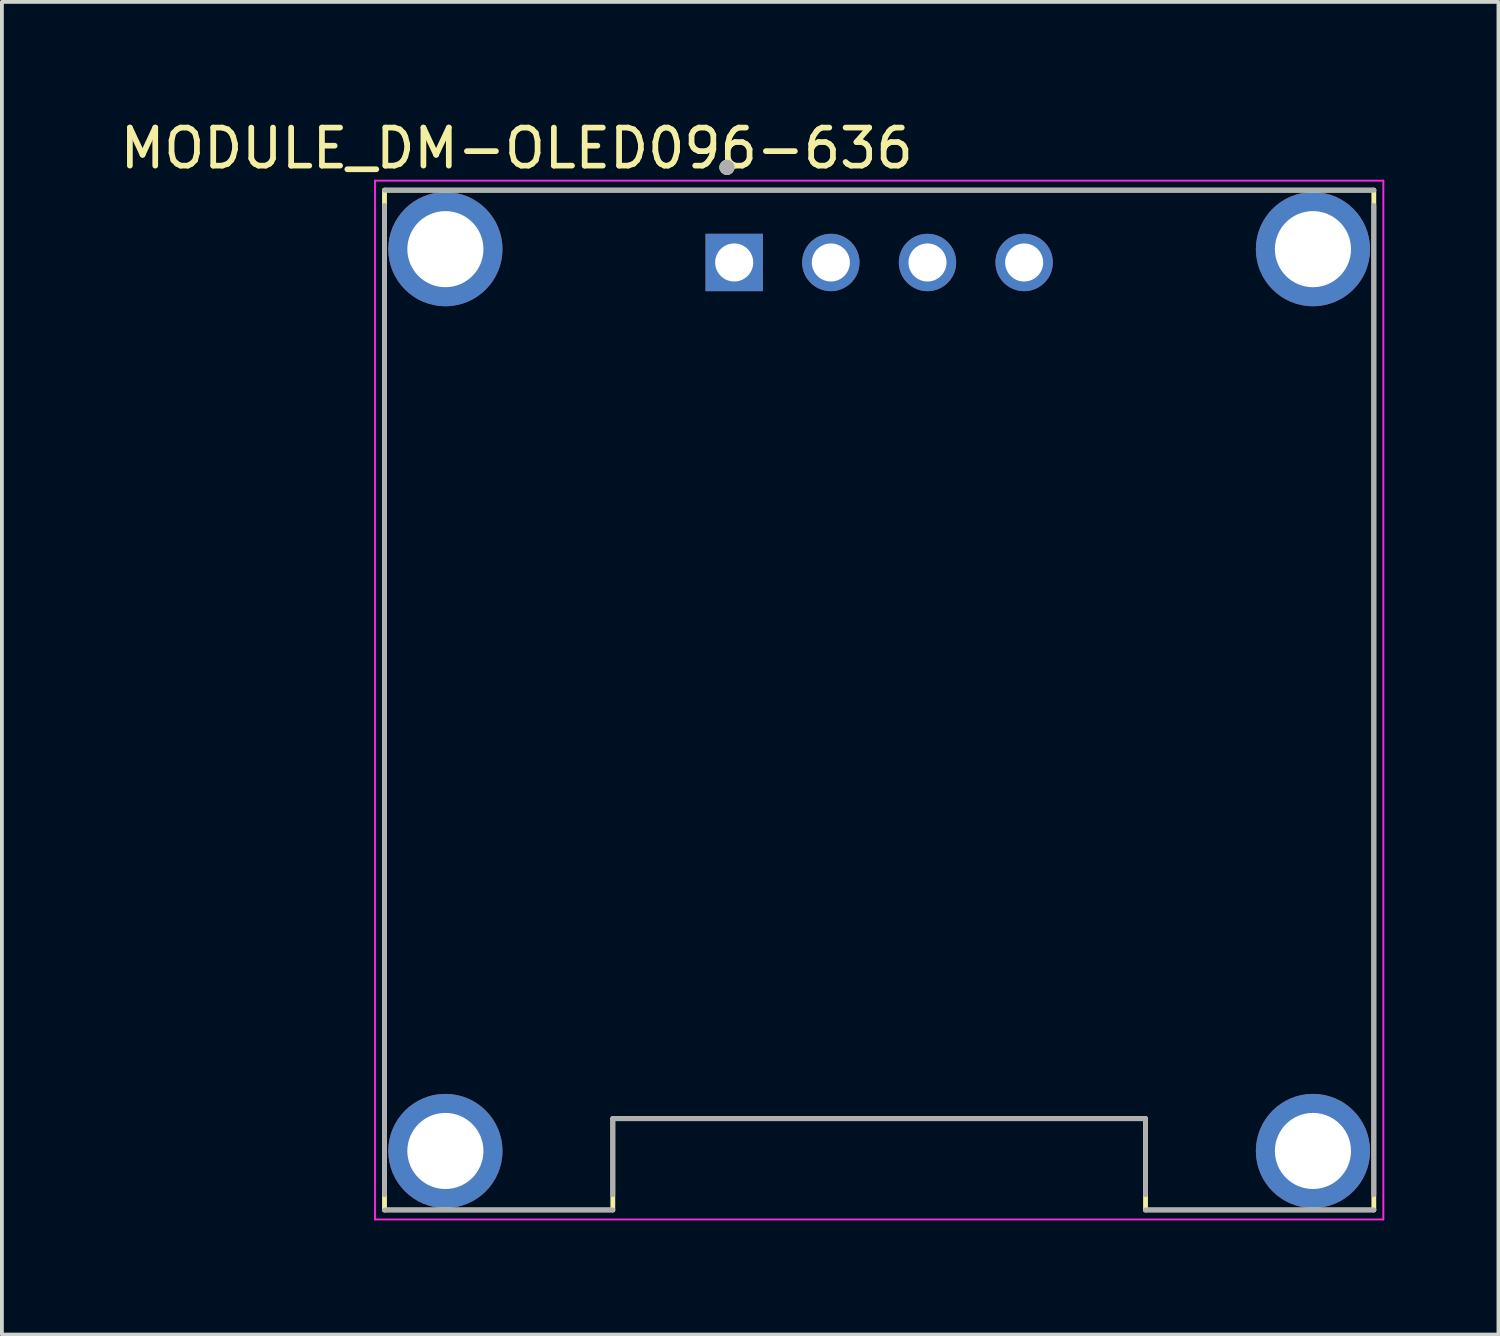
<source format=kicad_pcb>
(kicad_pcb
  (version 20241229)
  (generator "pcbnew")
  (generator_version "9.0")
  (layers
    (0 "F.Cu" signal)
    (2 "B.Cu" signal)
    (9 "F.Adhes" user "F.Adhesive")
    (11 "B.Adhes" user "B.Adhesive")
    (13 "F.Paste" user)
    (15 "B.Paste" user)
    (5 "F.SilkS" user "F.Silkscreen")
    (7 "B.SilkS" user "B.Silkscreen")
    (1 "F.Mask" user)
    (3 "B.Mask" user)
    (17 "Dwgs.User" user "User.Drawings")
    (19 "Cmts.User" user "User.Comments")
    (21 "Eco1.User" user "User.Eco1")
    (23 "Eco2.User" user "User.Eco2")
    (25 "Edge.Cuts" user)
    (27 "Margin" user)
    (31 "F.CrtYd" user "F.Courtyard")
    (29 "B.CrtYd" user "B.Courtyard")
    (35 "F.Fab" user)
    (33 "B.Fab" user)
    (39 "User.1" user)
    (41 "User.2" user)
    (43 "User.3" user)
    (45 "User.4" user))
  (footprint "MODULE_DM-OLED096-636"
    (layer "F.Cu")
    (at 20.055 15.348)
    (property "Reference" "MODULE_DM-OLED096-636" (at -9.525 -14.5 0) (layer "F.SilkS") (effects (font (size 1 1) (thickness 0.15))))
    (attr through_hole)
    (fp_line (start -13 -13.4) (end 13 -13.4) (stroke (width 0.127) (type solid)) (layer "F.SilkS"))
    (fp_line (start -13 13.4) (end -13 -13.4) (stroke (width 0.127) (type solid)) (layer "F.SilkS"))
    (fp_line (start -7 11) (end -7 13.4) (stroke (width 0.127) (type solid)) (layer "F.SilkS"))
    (fp_line (start -7 13.4) (end -13 13.4) (stroke (width 0.127) (type solid)) (layer "F.SilkS"))
    (fp_line (start 7 11) (end -7 11) (stroke (width 0.127) (type solid)) (layer "F.SilkS"))
    (fp_line (start 7 13.4) (end 7 11) (stroke (width 0.127) (type solid)) (layer "F.SilkS"))
    (fp_line (start 13 -13.4) (end 13 13.4) (stroke (width 0.127) (type solid)) (layer "F.SilkS"))
    (fp_line (start 13 13.4) (end 7 13.4) (stroke (width 0.127) (type solid)) (layer "F.SilkS"))
    (fp_circle (center -4 -14) (end -3.9 -14) (stroke (width 0.2) (type solid)) (fill no) (layer "F.SilkS"))
    (fp_line (start -13.25 -13.65) (end 13.25 -13.65) (stroke (width 0.05) (type solid)) (layer "F.CrtYd"))
    (fp_line (start -13.25 13.65) (end -13.25 -13.65) (stroke (width 0.05) (type solid)) (layer "F.CrtYd"))
    (fp_line (start 13.25 -13.65) (end 13.25 13.65) (stroke (width 0.05) (type solid)) (layer "F.CrtYd"))
    (fp_line (start 13.25 13.65) (end -13.25 13.65) (stroke (width 0.05) (type solid)) (layer "F.CrtYd"))
    (fp_line (start -13 -13.4) (end 13 -13.4) (stroke (width 0.127) (type solid)) (layer "F.Fab"))
    (fp_line (start -13 13) (end -13 -13) (stroke (width 0.127) (type solid)) (layer "F.Fab"))
    (fp_line (start -7 11) (end 7 11) (stroke (width 0.127) (type solid)) (layer "F.Fab"))
    (fp_line (start -7 13) (end -7 11) (stroke (width 0.127) (type solid)) (layer "F.Fab"))
    (fp_line (start -7 13.4) (end -13 13.4) (stroke (width 0.127) (type solid)) (layer "F.Fab"))
    (fp_line (start 7 11) (end 7 13) (stroke (width 0.127) (type solid)) (layer "F.Fab"))
    (fp_line (start 13 -13) (end 13 13) (stroke (width 0.127) (type solid)) (layer "F.Fab"))
    (fp_line (start 13 13.4) (end 7 13.4) (stroke (width 0.127) (type solid)) (layer "F.Fab"))
    (fp_circle (center -4 -14) (end -3.9 -14) (stroke (width 0.2) (type solid)) (fill no) (layer "F.Fab"))
    (pad "1" thru_hole rect (at -3.81 -11.5) (size 1.508 1.508) (drill 1) (layers "*.Cu" "*.Mask"))
    (pad "2" thru_hole circle (at -1.27 -11.5) (size 1.508 1.508) (drill 1) (layers "*.Cu" "*.Mask"))
    (pad "3" thru_hole circle (at 1.27 -11.5) (size 1.508 1.508) (drill 1) (layers "*.Cu" "*.Mask"))
    (pad "4" thru_hole circle (at 3.81 -11.5) (size 1.508 1.508) (drill 1) (layers "*.Cu" "*.Mask"))
    (pad "S1" thru_hole circle (at -11.4 -11.85) (size 3 3) (drill 2) (layers "*.Cu" "*.Mask"))
    (pad "S2" thru_hole circle (at 11.4 -11.85) (size 3 3) (drill 2) (layers "*.Cu" "*.Mask"))
    (pad "S3" thru_hole circle (at 11.4 11.85) (size 3 3) (drill 2) (layers "*.Cu" "*.Mask"))
    (pad "S4" thru_hole circle (at -11.4 11.85) (size 3 3) (drill 2) (layers "*.Cu" "*.Mask")))
  (gr_rect
    (start -3 -3)
    (end 36.33 32.023)
    (stroke (width 0.1) (type default))
    (fill no)
    (layer "Edge.Cuts")))
</source>
